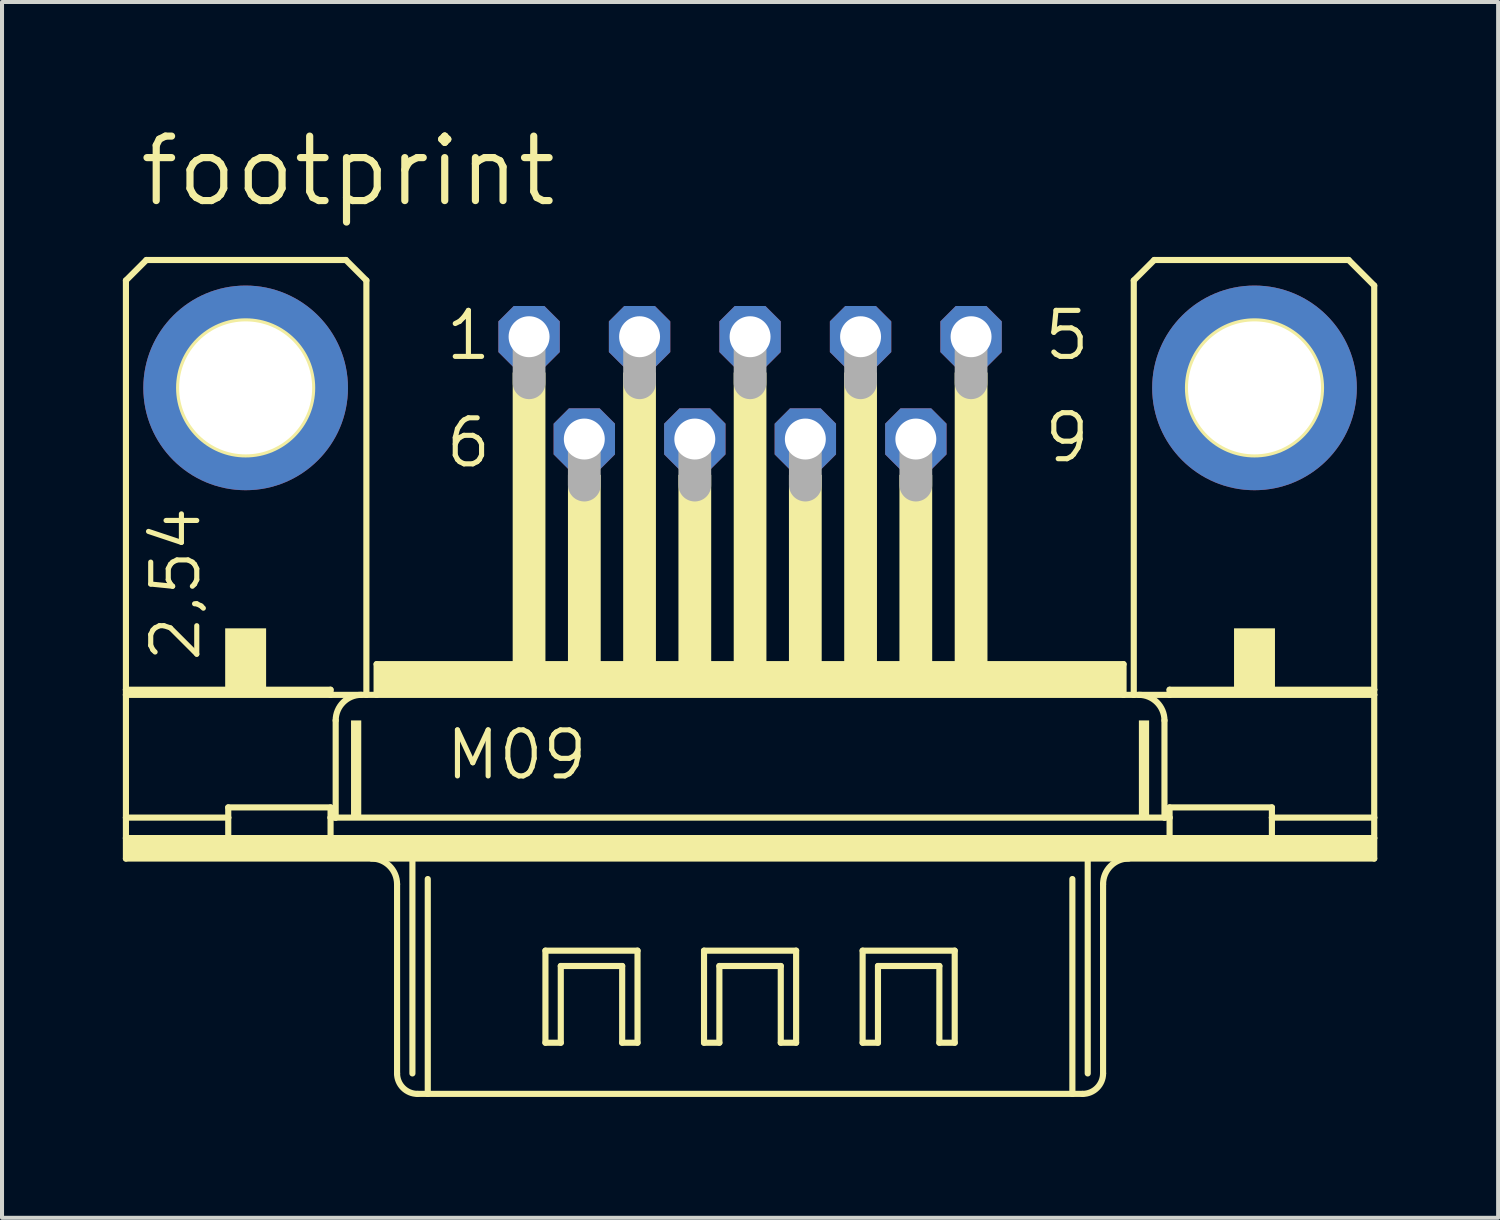
<source format=kicad_pcb>
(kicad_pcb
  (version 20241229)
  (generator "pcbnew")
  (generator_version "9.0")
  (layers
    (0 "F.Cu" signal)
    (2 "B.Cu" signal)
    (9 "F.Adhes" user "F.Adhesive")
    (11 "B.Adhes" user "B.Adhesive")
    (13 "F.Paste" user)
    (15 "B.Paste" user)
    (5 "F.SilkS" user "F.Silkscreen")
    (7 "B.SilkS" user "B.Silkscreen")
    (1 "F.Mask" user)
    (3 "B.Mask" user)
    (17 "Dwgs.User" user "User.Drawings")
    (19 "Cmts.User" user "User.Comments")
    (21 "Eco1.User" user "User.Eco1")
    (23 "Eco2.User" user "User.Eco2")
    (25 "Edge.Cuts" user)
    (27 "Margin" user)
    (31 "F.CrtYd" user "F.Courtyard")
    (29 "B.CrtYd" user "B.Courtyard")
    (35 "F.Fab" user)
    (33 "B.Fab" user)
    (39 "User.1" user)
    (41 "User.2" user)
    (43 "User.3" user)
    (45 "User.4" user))
  (footprint "footprint"
    (layer "F.Cu")
    (at 15.57 6.579)
    (property "Reference" "footprint" (at -15.24 -4.445 0) (layer "F.SilkS") (effects (font (size 1.6 1.6) (thickness 0.178)) (justify left bottom)))
    (fp_line (start -15.494 -2.667) (end -15.494 7.493) (stroke (width 0.152) (type solid)) (layer "F.SilkS"))
    (fp_line (start -15.494 7.62) (end -15.494 7.493) (stroke (width 0.152) (type solid)) (layer "F.SilkS"))
    (fp_line (start -15.494 10.668) (end -15.494 7.62) (stroke (width 0.152) (type solid)) (layer "F.SilkS"))
    (fp_line (start -15.494 11.176) (end -15.494 10.668) (stroke (width 0.152) (type solid)) (layer "F.SilkS"))
    (fp_line (start -15.494 11.684) (end -15.494 11.176) (stroke (width 0.152) (type solid)) (layer "F.SilkS"))
    (fp_line (start -14.986 -3.175) (end -15.494 -2.667) (stroke (width 0.152) (type solid)) (layer "F.SilkS"))
    (fp_line (start -12.954 10.668) (end -15.494 10.668) (stroke (width 0.152) (type solid)) (layer "F.SilkS"))
    (fp_line (start -12.954 10.668) (end -12.954 10.414) (stroke (width 0.152) (type solid)) (layer "F.SilkS"))
    (fp_line (start -12.954 10.668) (end -12.954 11.176) (stroke (width 0.152) (type solid)) (layer "F.SilkS"))
    (fp_line (start -12.954 11.176) (end -15.494 11.176) (stroke (width 0.152) (type solid)) (layer "F.SilkS"))
    (fp_line (start -10.414 7.493) (end -15.494 7.493) (stroke (width 0.152) (type solid)) (layer "F.SilkS"))
    (fp_line (start -10.414 7.493) (end -10.414 7.62) (stroke (width 0.152) (type solid)) (layer "F.SilkS"))
    (fp_line (start -10.414 7.62) (end -15.494 7.62) (stroke (width 0.152) (type solid)) (layer "F.SilkS"))
    (fp_line (start -10.414 10.414) (end -12.954 10.414) (stroke (width 0.152) (type solid)) (layer "F.SilkS"))
    (fp_line (start -10.414 10.414) (end -10.414 10.668) (stroke (width 0.152) (type solid)) (layer "F.SilkS"))
    (fp_line (start -10.414 10.668) (end -10.414 11.176) (stroke (width 0.152) (type solid)) (layer "F.SilkS"))
    (fp_line (start -10.414 11.176) (end -12.954 11.176) (stroke (width 0.152) (type solid)) (layer "F.SilkS"))
    (fp_line (start -10.287 8.255) (end -10.287 10.668) (stroke (width 0.152) (type solid)) (layer "F.SilkS"))
    (fp_line (start -10.287 10.668) (end -10.414 10.668) (stroke (width 0.152) (type solid)) (layer "F.SilkS"))
    (fp_line (start -10.033 -3.175) (end -14.986 -3.175) (stroke (width 0.152) (type solid)) (layer "F.SilkS"))
    (fp_line (start -9.525 -2.667) (end -10.033 -3.175) (stroke (width 0.152) (type solid)) (layer "F.SilkS"))
    (fp_line (start -9.525 -2.667) (end -9.525 7.62) (stroke (width 0.152) (type solid)) (layer "F.SilkS"))
    (fp_line (start -9.525 7.62) (end -10.414 7.62) (stroke (width 0.152) (type solid)) (layer "F.SilkS"))
    (fp_line (start -9.271 7.62) (end -9.525 7.62) (stroke (width 0.152) (type solid)) (layer "F.SilkS"))
    (fp_line (start -9.271 7.62) (end -9.271 6.858) (stroke (width 0.152) (type solid)) (layer "F.SilkS"))
    (fp_line (start -8.763 12.319) (end -8.763 17.018) (stroke (width 0.152) (type solid)) (layer "F.SilkS"))
    (fp_line (start -8.382 11.684) (end -15.494 11.684) (stroke (width 0.152) (type solid)) (layer "F.SilkS"))
    (fp_line (start -8.382 11.684) (end -8.382 17.018) (stroke (width 0.152) (type solid)) (layer "F.SilkS"))
    (fp_line (start -8.001 12.192) (end -8.001 17.526) (stroke (width 0.152) (type solid)) (layer "F.SilkS"))
    (fp_line (start -8.001 17.526) (end -8.255 17.526) (stroke (width 0.152) (type solid)) (layer "F.SilkS"))
    (fp_line (start -5.08 13.97) (end -2.794 13.97) (stroke (width 0.152) (type solid)) (layer "F.SilkS"))
    (fp_line (start -5.08 16.256) (end -5.08 13.97) (stroke (width 0.152) (type solid)) (layer "F.SilkS"))
    (fp_line (start -4.699 14.351) (end -4.699 16.256) (stroke (width 0.152) (type solid)) (layer "F.SilkS"))
    (fp_line (start -4.699 16.256) (end -5.08 16.256) (stroke (width 0.152) (type solid)) (layer "F.SilkS"))
    (fp_line (start -3.175 14.351) (end -4.699 14.351) (stroke (width 0.152) (type solid)) (layer "F.SilkS"))
    (fp_line (start -3.175 16.256) (end -3.175 14.351) (stroke (width 0.152) (type solid)) (layer "F.SilkS"))
    (fp_line (start -2.794 13.97) (end -2.794 16.256) (stroke (width 0.152) (type solid)) (layer "F.SilkS"))
    (fp_line (start -2.794 16.256) (end -3.175 16.256) (stroke (width 0.152) (type solid)) (layer "F.SilkS"))
    (fp_line (start -1.143 13.97) (end 1.143 13.97) (stroke (width 0.152) (type solid)) (layer "F.SilkS"))
    (fp_line (start -1.143 16.256) (end -1.143 13.97) (stroke (width 0.152) (type solid)) (layer "F.SilkS"))
    (fp_line (start -0.762 14.351) (end -0.762 16.256) (stroke (width 0.152) (type solid)) (layer "F.SilkS"))
    (fp_line (start -0.762 16.256) (end -1.143 16.256) (stroke (width 0.152) (type solid)) (layer "F.SilkS"))
    (fp_line (start 0.762 14.351) (end -0.762 14.351) (stroke (width 0.152) (type solid)) (layer "F.SilkS"))
    (fp_line (start 0.762 16.256) (end 0.762 14.351) (stroke (width 0.152) (type solid)) (layer "F.SilkS"))
    (fp_line (start 1.143 13.97) (end 1.143 16.256) (stroke (width 0.152) (type solid)) (layer "F.SilkS"))
    (fp_line (start 1.143 16.256) (end 0.762 16.256) (stroke (width 0.152) (type solid)) (layer "F.SilkS"))
    (fp_line (start 2.794 13.97) (end 5.08 13.97) (stroke (width 0.152) (type solid)) (layer "F.SilkS"))
    (fp_line (start 2.794 16.256) (end 2.794 13.97) (stroke (width 0.152) (type solid)) (layer "F.SilkS"))
    (fp_line (start 3.175 14.351) (end 3.175 16.256) (stroke (width 0.152) (type solid)) (layer "F.SilkS"))
    (fp_line (start 3.175 16.256) (end 2.794 16.256) (stroke (width 0.152) (type solid)) (layer "F.SilkS"))
    (fp_line (start 4.699 14.351) (end 3.175 14.351) (stroke (width 0.152) (type solid)) (layer "F.SilkS"))
    (fp_line (start 4.699 16.256) (end 4.699 14.351) (stroke (width 0.152) (type solid)) (layer "F.SilkS"))
    (fp_line (start 5.08 13.97) (end 5.08 16.256) (stroke (width 0.152) (type solid)) (layer "F.SilkS"))
    (fp_line (start 5.08 16.256) (end 4.699 16.256) (stroke (width 0.152) (type solid)) (layer "F.SilkS"))
    (fp_line (start 8.001 12.192) (end 8.001 17.526) (stroke (width 0.152) (type solid)) (layer "F.SilkS"))
    (fp_line (start 8.001 17.526) (end -8.001 17.526) (stroke (width 0.152) (type solid)) (layer "F.SilkS"))
    (fp_line (start 8.255 17.526) (end 8.001 17.526) (stroke (width 0.152) (type solid)) (layer "F.SilkS"))
    (fp_line (start 8.382 11.684) (end -8.382 11.684) (stroke (width 0.152) (type solid)) (layer "F.SilkS"))
    (fp_line (start 8.382 11.684) (end 8.382 17.018) (stroke (width 0.152) (type solid)) (layer "F.SilkS"))
    (fp_line (start 8.763 12.319) (end 8.763 17.018) (stroke (width 0.152) (type solid)) (layer "F.SilkS"))
    (fp_line (start 9.271 6.858) (end -9.271 6.858) (stroke (width 0.152) (type solid)) (layer "F.SilkS"))
    (fp_line (start 9.271 7.62) (end -9.271 7.62) (stroke (width 0.152) (type solid)) (layer "F.SilkS"))
    (fp_line (start 9.271 7.62) (end 9.271 6.858) (stroke (width 0.152) (type solid)) (layer "F.SilkS"))
    (fp_line (start 9.525 -2.667) (end 9.525 7.62) (stroke (width 0.152) (type solid)) (layer "F.SilkS"))
    (fp_line (start 9.525 7.62) (end 9.271 7.62) (stroke (width 0.152) (type solid)) (layer "F.SilkS"))
    (fp_line (start 10.033 -3.175) (end 9.525 -2.667) (stroke (width 0.152) (type solid)) (layer "F.SilkS"))
    (fp_line (start 10.033 -3.175) (end 14.859 -3.175) (stroke (width 0.152) (type solid)) (layer "F.SilkS"))
    (fp_line (start 10.287 8.255) (end 10.287 10.668) (stroke (width 0.152) (type solid)) (layer "F.SilkS"))
    (fp_line (start 10.287 10.668) (end -10.287 10.668) (stroke (width 0.152) (type solid)) (layer "F.SilkS"))
    (fp_line (start 10.414 7.493) (end 10.414 7.62) (stroke (width 0.152) (type solid)) (layer "F.SilkS"))
    (fp_line (start 10.414 7.62) (end 9.525 7.62) (stroke (width 0.152) (type solid)) (layer "F.SilkS"))
    (fp_line (start 10.414 10.414) (end 10.414 10.668) (stroke (width 0.152) (type solid)) (layer "F.SilkS"))
    (fp_line (start 10.414 10.668) (end 10.287 10.668) (stroke (width 0.152) (type solid)) (layer "F.SilkS"))
    (fp_line (start 10.414 10.668) (end 10.414 11.176) (stroke (width 0.152) (type solid)) (layer "F.SilkS"))
    (fp_line (start 10.414 11.176) (end -10.414 11.176) (stroke (width 0.152) (type solid)) (layer "F.SilkS"))
    (fp_line (start 12.954 10.414) (end 10.414 10.414) (stroke (width 0.152) (type solid)) (layer "F.SilkS"))
    (fp_line (start 12.954 10.668) (end 12.954 10.414) (stroke (width 0.152) (type solid)) (layer "F.SilkS"))
    (fp_line (start 12.954 10.668) (end 12.954 11.176) (stroke (width 0.152) (type solid)) (layer "F.SilkS"))
    (fp_line (start 12.954 11.176) (end 10.414 11.176) (stroke (width 0.152) (type solid)) (layer "F.SilkS"))
    (fp_line (start 14.859 -3.175) (end 15.494 -2.54) (stroke (width 0.152) (type solid)) (layer "F.SilkS"))
    (fp_line (start 15.494 -2.54) (end 15.494 7.493) (stroke (width 0.152) (type solid)) (layer "F.SilkS"))
    (fp_line (start 15.494 7.493) (end 10.414 7.493) (stroke (width 0.152) (type solid)) (layer "F.SilkS"))
    (fp_line (start 15.494 7.62) (end 10.414 7.62) (stroke (width 0.152) (type solid)) (layer "F.SilkS"))
    (fp_line (start 15.494 7.62) (end 15.494 7.493) (stroke (width 0.152) (type solid)) (layer "F.SilkS"))
    (fp_line (start 15.494 7.62) (end 15.494 10.668) (stroke (width 0.152) (type solid)) (layer "F.SilkS"))
    (fp_line (start 15.494 10.668) (end 12.954 10.668) (stroke (width 0.152) (type solid)) (layer "F.SilkS"))
    (fp_line (start 15.494 10.668) (end 15.494 11.176) (stroke (width 0.152) (type solid)) (layer "F.SilkS"))
    (fp_line (start 15.494 11.176) (end 12.954 11.176) (stroke (width 0.152) (type solid)) (layer "F.SilkS"))
    (fp_line (start 15.494 11.176) (end 15.494 11.684) (stroke (width 0.152) (type solid)) (layer "F.SilkS"))
    (fp_line (start 15.494 11.684) (end 8.382 11.684) (stroke (width 0.152) (type solid)) (layer "F.SilkS"))
    (fp_arc (start -10.287 8.255) (mid -10.101013 7.805987) (end -9.652 7.62) (stroke (width 0.1524) (type solid)) (layer "F.SilkS"))
    (fp_arc (start -9.398 11.684) (mid -8.948987 11.869987) (end -8.763 12.319) (stroke (width 0.1524) (type solid)) (layer "F.SilkS"))
    (fp_arc (start -8.255 17.526) (mid -8.61421 17.37721) (end -8.763 17.018) (stroke (width 0.1524) (type solid)) (layer "F.SilkS"))
    (fp_arc (start 8.763 12.319) (mid 8.948987 11.869987) (end 9.398 11.684) (stroke (width 0.1524) (type solid)) (layer "F.SilkS"))
    (fp_arc (start 8.763 17.018) (mid 8.61421 17.37721) (end 8.255 17.526) (stroke (width 0.1524) (type solid)) (layer "F.SilkS"))
    (fp_arc (start 9.652 7.62) (mid 10.101013 7.805987) (end 10.287 8.255) (stroke (width 0.1524) (type solid)) (layer "F.SilkS"))
    (fp_circle (center -12.522 0) (end -10.871 0) (stroke (width 0.152) (type solid)) (fill no) (layer "F.SilkS"))
    (fp_circle (center 12.522 0) (end 14.173 0) (stroke (width 0.152) (type solid)) (fill no) (layer "F.SilkS"))
    (fp_poly (pts (xy -15.494 11.684) (xy 15.494 11.684) (xy 15.494 11.176) (xy -15.494 11.176)) (stroke (width 0) (type solid)) (fill yes) (layer "F.SilkS"))
    (fp_poly (pts (xy -13.03 7.62) (xy -12.014 7.62) (xy -12.014 5.969) (xy -13.03 5.969)) (stroke (width 0) (type solid)) (fill yes) (layer "F.SilkS"))
    (fp_poly (pts (xy -9.906 10.668) (xy -9.652 10.668) (xy -9.652 8.255) (xy -9.906 8.255)) (stroke (width 0) (type solid)) (fill yes) (layer "F.SilkS"))
    (fp_poly (pts (xy -9.271 7.62) (xy 9.271 7.62) (xy 9.271 6.858) (xy -9.271 6.858)) (stroke (width 0) (type solid)) (fill yes) (layer "F.SilkS"))
    (fp_poly (pts (xy -5.893 6.858) (xy -5.08 6.858) (xy -5.08 -0.381) (xy -5.893 -0.381)) (stroke (width 0) (type solid)) (fill yes) (layer "F.SilkS"))
    (fp_poly (pts (xy -4.521 6.858) (xy -3.708 6.858) (xy -3.708 2.159) (xy -4.521 2.159)) (stroke (width 0) (type solid)) (fill yes) (layer "F.SilkS"))
    (fp_poly (pts (xy -3.15 6.858) (xy -2.337 6.858) (xy -2.337 -0.381) (xy -3.15 -0.381)) (stroke (width 0) (type solid)) (fill yes) (layer "F.SilkS"))
    (fp_poly (pts (xy -1.778 6.858) (xy -0.965 6.858) (xy -0.965 2.159) (xy -1.778 2.159)) (stroke (width 0) (type solid)) (fill yes) (layer "F.SilkS"))
    (fp_poly (pts (xy -0.406 6.858) (xy 0.406 6.858) (xy 0.406 -0.381) (xy -0.406 -0.381)) (stroke (width 0) (type solid)) (fill yes) (layer "F.SilkS"))
    (fp_poly (pts (xy 0.965 6.858) (xy 1.778 6.858) (xy 1.778 2.159) (xy 0.965 2.159)) (stroke (width 0) (type solid)) (fill yes) (layer "F.SilkS"))
    (fp_poly (pts (xy 2.337 6.858) (xy 3.15 6.858) (xy 3.15 -0.381) (xy 2.337 -0.381)) (stroke (width 0) (type solid)) (fill yes) (layer "F.SilkS"))
    (fp_poly (pts (xy 3.708 6.858) (xy 4.521 6.858) (xy 4.521 2.159) (xy 3.708 2.159)) (stroke (width 0) (type solid)) (fill yes) (layer "F.SilkS"))
    (fp_poly (pts (xy 5.08 6.858) (xy 5.893 6.858) (xy 5.893 -0.381) (xy 5.08 -0.381)) (stroke (width 0) (type solid)) (fill yes) (layer "F.SilkS"))
    (fp_poly (pts (xy 9.652 10.668) (xy 9.906 10.668) (xy 9.906 8.255) (xy 9.652 8.255)) (stroke (width 0) (type solid)) (fill yes) (layer "F.SilkS"))
    (fp_poly (pts (xy 12.014 7.62) (xy 13.03 7.62) (xy 13.03 5.969) (xy 12.014 5.969)) (stroke (width 0) (type solid)) (fill yes) (layer "F.SilkS"))
    (fp_line (start -5.486 -1.143) (end -5.486 -0.127) (stroke (width 0.813) (type solid)) (layer "F.Fab"))
    (fp_line (start -4.115 1.397) (end -4.115 2.413) (stroke (width 0.813) (type solid)) (layer "F.Fab"))
    (fp_line (start -2.743 -1.143) (end -2.743 -0.127) (stroke (width 0.813) (type solid)) (layer "F.Fab"))
    (fp_line (start -1.372 1.397) (end -1.372 2.413) (stroke (width 0.813) (type solid)) (layer "F.Fab"))
    (fp_line (start 0 -1.143) (end 0 -0.127) (stroke (width 0.813) (type solid)) (layer "F.Fab"))
    (fp_line (start 1.372 1.397) (end 1.372 2.413) (stroke (width 0.813) (type solid)) (layer "F.Fab"))
    (fp_line (start 2.743 -1.143) (end 2.743 -0.127) (stroke (width 0.813) (type solid)) (layer "F.Fab"))
    (fp_line (start 4.115 1.397) (end 4.115 2.413) (stroke (width 0.813) (type solid)) (layer "F.Fab"))
    (fp_line (start 5.486 -1.143) (end 5.486 -0.127) (stroke (width 0.813) (type solid)) (layer "F.Fab"))
    (fp_text user "M09" (at -7.62 9.779 0) (layer "F.SilkS") (effects (font (size 1.143 1.143) (thickness 0.127)) (justify left bottom)))
    (fp_text user "5" (at 7.239 -0.635 0) (layer "F.SilkS") (effects (font (size 1.143 1.143) (thickness 0.127)) (justify left bottom)))
    (fp_text user "2,54" (at -13.589 6.858 90) (layer "F.SilkS") (effects (font (size 1.143 1.143) (thickness 0.127)) (justify left bottom)))
    (fp_text user "9" (at 7.239 1.905 0) (layer "F.SilkS") (effects (font (size 1.143 1.143) (thickness 0.127)) (justify left bottom)))
    (fp_text user "6" (at -7.62 2.032 0) (layer "F.SilkS") (effects (font (size 1.143 1.143) (thickness 0.127)) (justify left bottom)))
    (fp_text user "1" (at -7.62 -0.635 0) (layer "F.SilkS") (effects (font (size 1.143 1.143) (thickness 0.127)) (justify left bottom)))
    (pad "1" thru_hole roundrect (at -5.486 -1.27) (size 1.524 1.524) (drill 1.016) (layers "*.Cu" "*.Mask") (roundrect_rratio 0.25) (chamfer_ratio 0.25) (chamfer top_left top_right bottom_left bottom_right))
    (pad "2" thru_hole roundrect (at -2.743 -1.27) (size 1.524 1.524) (drill 1.016) (layers "*.Cu" "*.Mask") (roundrect_rratio 0.25) (chamfer_ratio 0.25) (chamfer top_left top_right bottom_left bottom_right))
    (pad "3" thru_hole roundrect (at 0 -1.27) (size 1.524 1.524) (drill 1.016) (layers "*.Cu" "*.Mask") (roundrect_rratio 0.25) (chamfer_ratio 0.25) (chamfer top_left top_right bottom_left bottom_right))
    (pad "4" thru_hole roundrect (at 2.743 -1.27) (size 1.524 1.524) (drill 1.016) (layers "*.Cu" "*.Mask") (roundrect_rratio 0.25) (chamfer_ratio 0.25) (chamfer top_left top_right bottom_left bottom_right))
    (pad "5" thru_hole roundrect (at 5.486 -1.27) (size 1.524 1.524) (drill 1.016) (layers "*.Cu" "*.Mask") (roundrect_rratio 0.25) (chamfer_ratio 0.25) (chamfer top_left top_right bottom_left bottom_right))
    (pad "6" thru_hole roundrect (at -4.115 1.27) (size 1.524 1.524) (drill 1.016) (layers "*.Cu" "*.Mask") (roundrect_rratio 0.25) (chamfer_ratio 0.25) (chamfer top_left top_right bottom_left bottom_right))
    (pad "7" thru_hole roundrect (at -1.372 1.27) (size 1.524 1.524) (drill 1.016) (layers "*.Cu" "*.Mask") (roundrect_rratio 0.25) (chamfer_ratio 0.25) (chamfer top_left top_right bottom_left bottom_right))
    (pad "8" thru_hole roundrect (at 1.372 1.27) (size 1.524 1.524) (drill 1.016) (layers "*.Cu" "*.Mask") (roundrect_rratio 0.25) (chamfer_ratio 0.25) (chamfer top_left top_right bottom_left bottom_right))
    (pad "9" thru_hole roundrect (at 4.115 1.27) (size 1.524 1.524) (drill 1.016) (layers "*.Cu" "*.Mask") (roundrect_rratio 0.25) (chamfer_ratio 0.25) (chamfer top_left top_right bottom_left bottom_right))
    (pad "G1" thru_hole circle (at -12.522 0) (size 5.08 5.08) (drill 3.302) (layers "*.Cu" "*.Mask"))
    (pad "G2" thru_hole circle (at 12.522 0) (size 5.08 5.08) (drill 3.302) (layers "*.Cu" "*.Mask")))
  (gr_rect
    (start -3 -3)
    (end 34.14 27.181)
    (stroke (width 0.1) (type default))
    (fill no)
    (layer "Edge.Cuts")))
</source>
